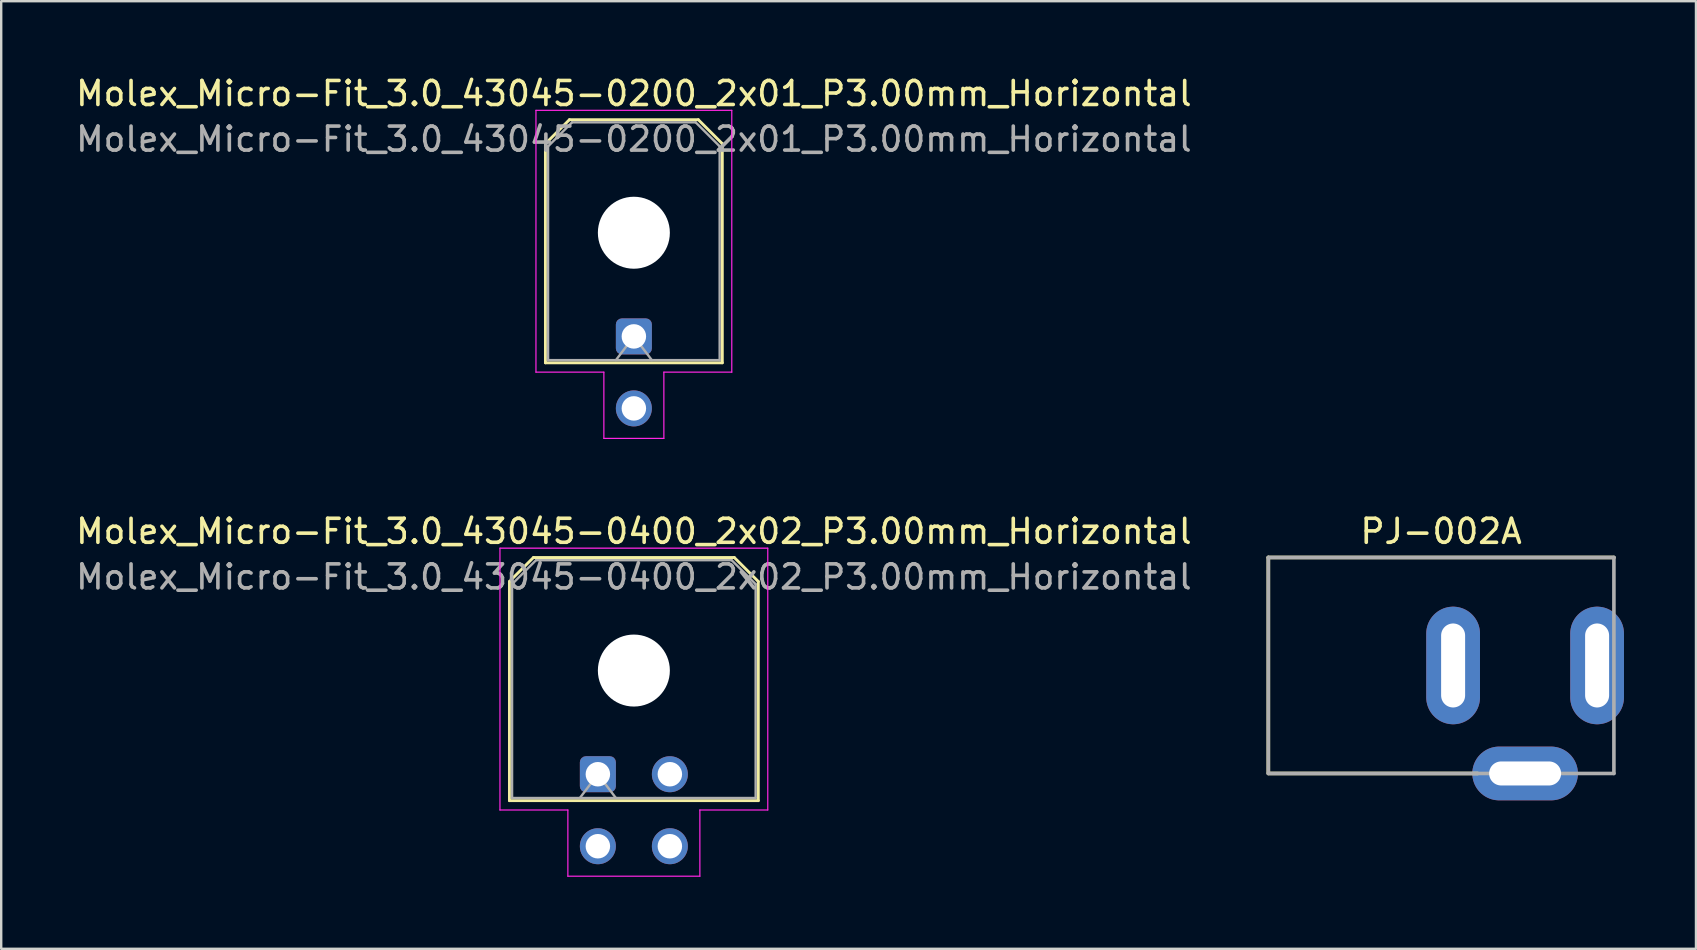
<source format=kicad_pcb>
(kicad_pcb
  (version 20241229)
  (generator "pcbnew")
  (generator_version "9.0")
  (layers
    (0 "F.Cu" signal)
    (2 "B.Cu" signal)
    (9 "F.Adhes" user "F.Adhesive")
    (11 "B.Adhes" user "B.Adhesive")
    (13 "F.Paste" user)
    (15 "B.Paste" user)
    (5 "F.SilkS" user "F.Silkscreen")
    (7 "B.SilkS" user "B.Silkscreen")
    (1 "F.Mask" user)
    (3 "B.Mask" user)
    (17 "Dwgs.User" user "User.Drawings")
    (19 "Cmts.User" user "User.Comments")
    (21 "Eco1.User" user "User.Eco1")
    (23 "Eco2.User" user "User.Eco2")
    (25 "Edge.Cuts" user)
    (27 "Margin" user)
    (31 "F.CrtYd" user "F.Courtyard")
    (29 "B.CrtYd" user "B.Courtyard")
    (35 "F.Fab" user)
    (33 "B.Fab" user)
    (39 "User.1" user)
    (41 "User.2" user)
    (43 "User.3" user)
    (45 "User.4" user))
  (footprint "PJ-002A"
    (layer "F.Cu")
    (at 57.001 24.68)
    (property "Reference" "PJ-002A" (at 0 -5.588 0) (layer "F.SilkS") (effects (font (size 1 1) (thickness 0.15))))
    (attr through_hole)
    (fp_line (start -7.2 -4.5) (end -7.2 4.45) (stroke (width 0.15) (type solid)) (layer "F.SilkS"))
    (fp_line (start -7.2 -4.5) (end 7.2 -4.5) (stroke (width 0.15) (type solid)) (layer "F.SilkS"))
    (fp_line (start -7.2 4.5) (end 1.524 4.5) (stroke (width 0.15) (type solid)) (layer "F.SilkS"))
    (fp_line (start -7.2 -4.5) (end -7.2 4.5) (stroke (width 0.15) (type solid)) (layer "F.Fab"))
    (fp_line (start 7.2 -4.5) (end -7.2 -4.5) (stroke (width 0.15) (type solid)) (layer "F.Fab"))
    (fp_line (start 7.2 -4.5) (end 7.2 4.5) (stroke (width 0.15) (type solid)) (layer "F.Fab"))
    (fp_line (start 7.2 4.5) (end -7.2 4.5) (stroke (width 0.15) (type solid)) (layer "F.Fab"))
    (pad "1" thru_hole oval (at 6.5 0) (size 2.24 4.9) (drill oval 1 3.5) (layers "*.Cu" "*.Mask"))
    (pad "2" thru_hole oval (at 0.5 0) (size 2.24 4.9) (drill oval 1 3.5) (layers "*.Cu" "*.Mask"))
    (pad "3" thru_hole oval (at 3.5 4.5) (size 4.4 2.24) (drill oval 3 1) (layers "*.Cu" "*.Mask")))
  (footprint "Molex_Micro-Fit_3.0_43045-0400_2x02_P3.00mm_Horizontal"
    (layer "F.Cu")
    (at 21.863 29.212)
    (property "Reference" "Molex_Micro-Fit_3.0_43045-0400_2x02_P3.00mm_Horizontal" (at 1.5 -10.12 0) (layer "F.SilkS") (effects (font (size 1 1) (thickness 0.15))))
    (attr through_hole)
    (fp_line (start -3.685 -8.03) (end -2.685 -9.03) (stroke (width 0.12) (type solid)) (layer "F.SilkS"))
    (fp_line (start -3.685 1.1) (end -3.685 -8.03) (stroke (width 0.12) (type solid)) (layer "F.SilkS"))
    (fp_line (start -2.685 -9.03) (end 5.685 -9.03) (stroke (width 0.12) (type solid)) (layer "F.SilkS"))
    (fp_line (start 5.685 -9.03) (end 6.685 -8.03) (stroke (width 0.12) (type solid)) (layer "F.SilkS"))
    (fp_line (start 6.685 -8.03) (end 6.685 1.1) (stroke (width 0.12) (type solid)) (layer "F.SilkS"))
    (fp_line (start 6.685 1.1) (end -3.685 1.1) (stroke (width 0.12) (type solid)) (layer "F.SilkS"))
    (fp_line (start -4.08 -9.42) (end 7.08 -9.42) (stroke (width 0.05) (type solid)) (layer "F.CrtYd"))
    (fp_line (start -4.08 1.49) (end -4.08 -9.42) (stroke (width 0.05) (type solid)) (layer "F.CrtYd"))
    (fp_line (start -1.25 1.49) (end -4.08 1.49) (stroke (width 0.05) (type solid)) (layer "F.CrtYd"))
    (fp_line (start -1.25 4.25) (end -1.25 1.49) (stroke (width 0.05) (type solid)) (layer "F.CrtYd"))
    (fp_line (start 4.25 1.49) (end 4.25 4.25) (stroke (width 0.05) (type solid)) (layer "F.CrtYd"))
    (fp_line (start 4.25 4.25) (end -1.25 4.25) (stroke (width 0.05) (type solid)) (layer "F.CrtYd"))
    (fp_line (start 7.08 -9.42) (end 7.08 1.49) (stroke (width 0.05) (type solid)) (layer "F.CrtYd"))
    (fp_line (start 7.08 1.49) (end 4.25 1.49) (stroke (width 0.05) (type solid)) (layer "F.CrtYd"))
    (fp_line (start -3.575 -7.92) (end -2.575 -8.92) (stroke (width 0.1) (type solid)) (layer "F.Fab"))
    (fp_line (start -3.575 0.99) (end -3.575 -7.92) (stroke (width 0.1) (type solid)) (layer "F.Fab"))
    (fp_line (start -2.575 -8.92) (end 5.575 -8.92) (stroke (width 0.1) (type solid)) (layer "F.Fab"))
    (fp_line (start -0.75 0.99) (end 0 0) (stroke (width 0.1) (type solid)) (layer "F.Fab"))
    (fp_line (start 0 0) (end 0.75 0.99) (stroke (width 0.1) (type solid)) (layer "F.Fab"))
    (fp_line (start 5.575 -8.92) (end 6.575 -7.92) (stroke (width 0.1) (type solid)) (layer "F.Fab"))
    (fp_line (start 6.575 -7.92) (end 6.575 0.99) (stroke (width 0.1) (type solid)) (layer "F.Fab"))
    (fp_line (start 6.575 0.99) (end -3.575 0.99) (stroke (width 0.1) (type solid)) (layer "F.Fab"))
    (fp_text user "${REFERENCE}" (at 1.5 -8.22 0) (layer "F.Fab") (effects (font (size 1 1) (thickness 0.15))))
    (pad "" np_thru_hole circle (at 1.5 -4.32) (size 3 3) (drill 3) (layers "*.Cu" "*.Mask"))
    (pad "1" thru_hole roundrect (at 0 0) (size 1.5 1.5) (drill 1.02) (layers "*.Cu" "*.Mask") (roundrect_rratio 0.167))
    (pad "2" thru_hole circle (at 3 0) (size 1.5 1.5) (drill 1.02) (layers "*.Cu" "*.Mask"))
    (pad "3" thru_hole circle (at 0 3) (size 1.5 1.5) (drill 1.02) (layers "*.Cu" "*.Mask"))
    (pad "4" thru_hole circle (at 3 3) (size 1.5 1.5) (drill 1.02) (layers "*.Cu" "*.Mask")))
  (footprint "Molex_Micro-Fit_3.0_43045-0200_2x01_P3.00mm_Horizontal"
    (layer "F.Cu")
    (at 23.363 10.968)
    (property "Reference" "Molex_Micro-Fit_3.0_43045-0200_2x01_P3.00mm_Horizontal" (at 0 -10.12 0) (layer "F.SilkS") (effects (font (size 1 1) (thickness 0.15))))
    (attr through_hole)
    (fp_line (start -3.685 -8.03) (end -2.685 -9.03) (stroke (width 0.12) (type solid)) (layer "F.SilkS"))
    (fp_line (start -3.685 1.1) (end -3.685 -8.03) (stroke (width 0.12) (type solid)) (layer "F.SilkS"))
    (fp_line (start -2.685 -9.03) (end 2.685 -9.03) (stroke (width 0.12) (type solid)) (layer "F.SilkS"))
    (fp_line (start 2.685 -9.03) (end 3.685 -8.03) (stroke (width 0.12) (type solid)) (layer "F.SilkS"))
    (fp_line (start 3.685 -8.03) (end 3.685 1.1) (stroke (width 0.12) (type solid)) (layer "F.SilkS"))
    (fp_line (start 3.685 1.1) (end -3.685 1.1) (stroke (width 0.12) (type solid)) (layer "F.SilkS"))
    (fp_line (start -4.08 -9.42) (end 4.08 -9.42) (stroke (width 0.05) (type solid)) (layer "F.CrtYd"))
    (fp_line (start -4.08 1.49) (end -4.08 -9.42) (stroke (width 0.05) (type solid)) (layer "F.CrtYd"))
    (fp_line (start -1.25 1.49) (end -4.08 1.49) (stroke (width 0.05) (type solid)) (layer "F.CrtYd"))
    (fp_line (start -1.25 4.25) (end -1.25 1.49) (stroke (width 0.05) (type solid)) (layer "F.CrtYd"))
    (fp_line (start 1.25 1.49) (end 1.25 4.25) (stroke (width 0.05) (type solid)) (layer "F.CrtYd"))
    (fp_line (start 1.25 4.25) (end -1.25 4.25) (stroke (width 0.05) (type solid)) (layer "F.CrtYd"))
    (fp_line (start 4.08 -9.42) (end 4.08 1.49) (stroke (width 0.05) (type solid)) (layer "F.CrtYd"))
    (fp_line (start 4.08 1.49) (end 1.25 1.49) (stroke (width 0.05) (type solid)) (layer "F.CrtYd"))
    (fp_line (start -3.575 -7.92) (end -2.575 -8.92) (stroke (width 0.1) (type solid)) (layer "F.Fab"))
    (fp_line (start -3.575 0.99) (end -3.575 -7.92) (stroke (width 0.1) (type solid)) (layer "F.Fab"))
    (fp_line (start -2.575 -8.92) (end 2.575 -8.92) (stroke (width 0.1) (type solid)) (layer "F.Fab"))
    (fp_line (start -0.75 0.99) (end 0 0) (stroke (width 0.1) (type solid)) (layer "F.Fab"))
    (fp_line (start 0 0) (end 0.75 0.99) (stroke (width 0.1) (type solid)) (layer "F.Fab"))
    (fp_line (start 2.575 -8.92) (end 3.575 -7.92) (stroke (width 0.1) (type solid)) (layer "F.Fab"))
    (fp_line (start 3.575 -7.92) (end 3.575 0.99) (stroke (width 0.1) (type solid)) (layer "F.Fab"))
    (fp_line (start 3.575 0.99) (end -3.575 0.99) (stroke (width 0.1) (type solid)) (layer "F.Fab"))
    (fp_text user "${REFERENCE}" (at 0 -8.22 0) (layer "F.Fab") (effects (font (size 1 1) (thickness 0.15))))
    (pad "" np_thru_hole circle (at 0 -4.32) (size 3 3) (drill 3) (layers "*.Cu" "*.Mask"))
    (pad "1" thru_hole roundrect (at 0 0) (size 1.5 1.5) (drill 1.02) (layers "*.Cu" "*.Mask") (roundrect_rratio 0.167))
    (pad "2" thru_hole circle (at 0 3) (size 1.5 1.5) (drill 1.02) (layers "*.Cu" "*.Mask")))
  (gr_rect
    (start -3 -3)
    (end 67.621 36.486)
    (stroke (width 0.1) (type default))
    (fill no)
    (layer "Edge.Cuts")))
</source>
